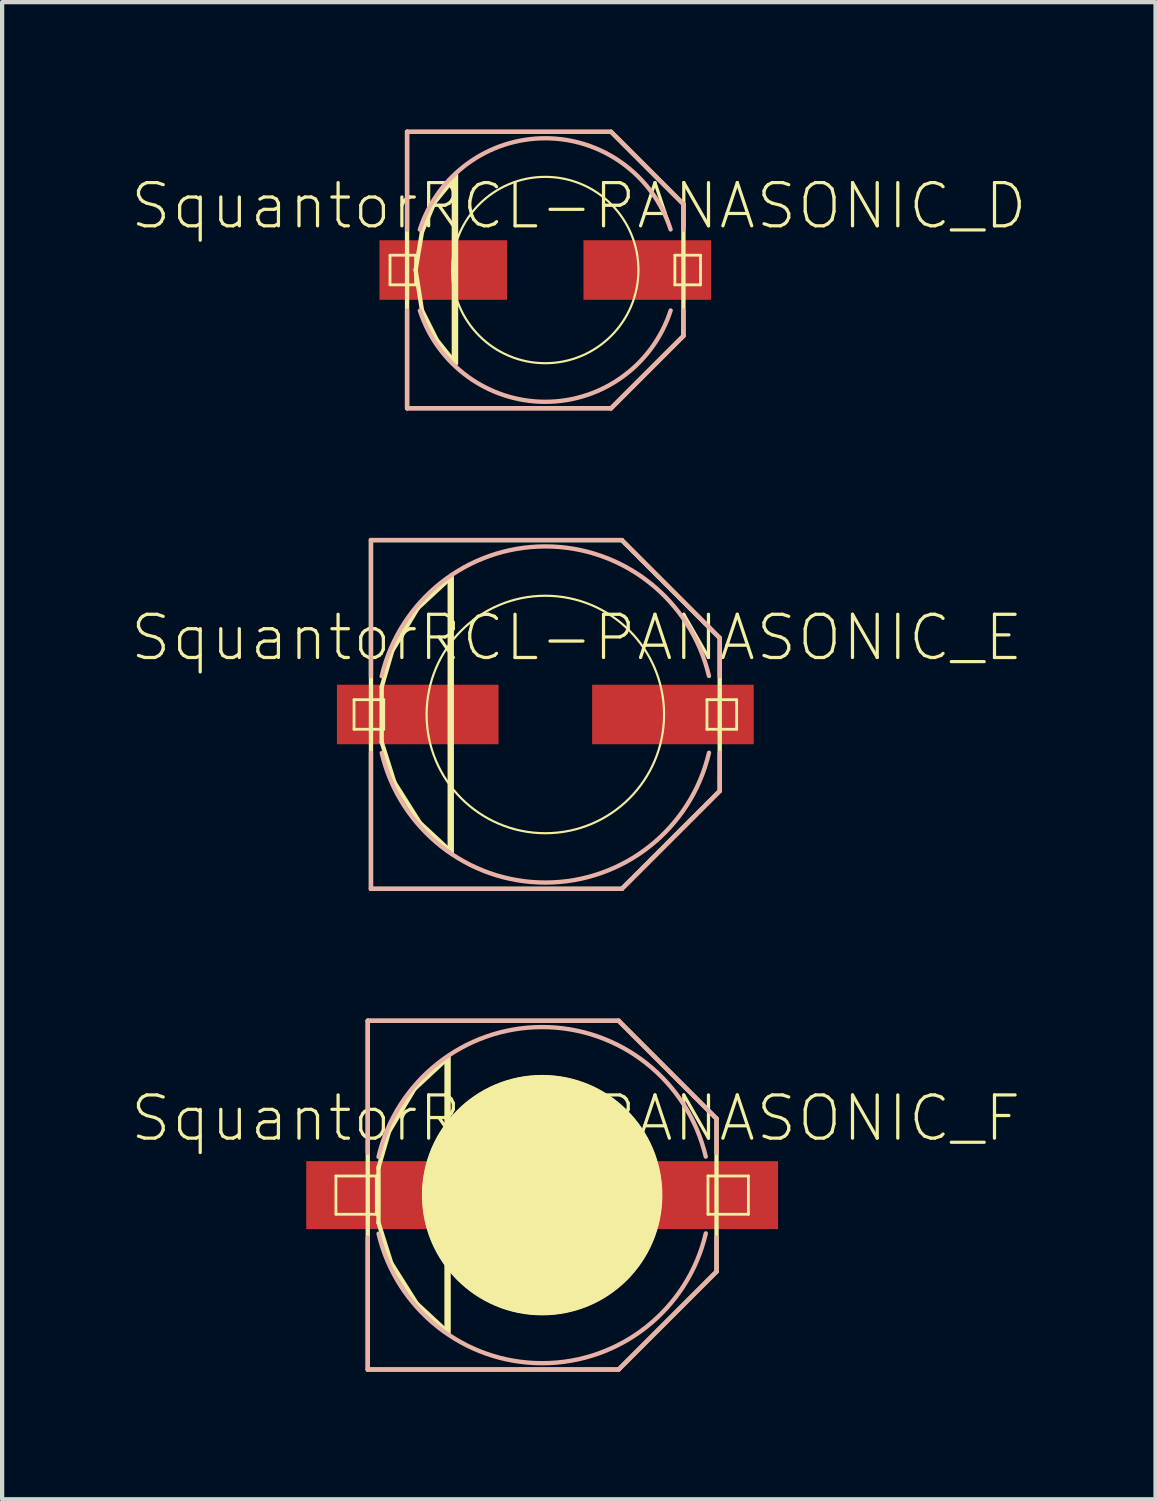
<source format=kicad_pcb>
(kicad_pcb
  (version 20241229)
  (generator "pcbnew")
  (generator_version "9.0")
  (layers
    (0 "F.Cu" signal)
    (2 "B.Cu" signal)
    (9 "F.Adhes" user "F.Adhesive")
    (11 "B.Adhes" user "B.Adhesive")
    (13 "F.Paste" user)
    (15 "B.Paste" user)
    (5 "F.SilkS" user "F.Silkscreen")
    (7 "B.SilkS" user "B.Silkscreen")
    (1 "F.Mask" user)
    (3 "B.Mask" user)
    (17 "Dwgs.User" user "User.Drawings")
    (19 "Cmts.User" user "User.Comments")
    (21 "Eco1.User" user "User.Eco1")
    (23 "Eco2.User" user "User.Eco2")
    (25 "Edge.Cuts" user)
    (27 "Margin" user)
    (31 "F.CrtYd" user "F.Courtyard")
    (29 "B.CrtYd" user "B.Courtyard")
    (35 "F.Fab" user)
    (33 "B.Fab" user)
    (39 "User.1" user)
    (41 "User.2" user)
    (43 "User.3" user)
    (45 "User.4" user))
  (footprint "SquantorRCL-PANASONIC_D"
    (layer "F.Cu")
    (at 9.77 3.299)
    (property "Reference" "SquantorRCL-PANASONIC_D" (at 0.79 -1.506 0) (layer "F.SilkS") (effects (font (size 1.016 1.016) (thickness 0.076))))
    (attr smd)
    (fp_line (start -3.65 -0.348) (end -3.048 -0.348) (stroke (width 0.066) (type solid)) (layer "F.SilkS"))
    (fp_line (start -3.65 0.348) (end -3.65 -0.348) (stroke (width 0.066) (type solid)) (layer "F.SilkS"))
    (fp_line (start -3.65 0.348) (end -3.048 0.348) (stroke (width 0.066) (type solid)) (layer "F.SilkS"))
    (fp_line (start -3.249 -3.249) (end 1.549 -3.249) (stroke (width 0.102) (type solid)) (layer "F.SilkS"))
    (fp_line (start -3.249 3.249) (end -3.249 -3.249) (stroke (width 0.102) (type solid)) (layer "F.SilkS"))
    (fp_line (start -3.048 0) (end -2.898 0.95) (stroke (width 0.102) (type solid)) (layer "F.SilkS"))
    (fp_line (start -3.048 0.348) (end -3.048 -0.348) (stroke (width 0.066) (type solid)) (layer "F.SilkS"))
    (fp_line (start -2.898 -0.899) (end -3.048 0) (stroke (width 0.102) (type solid)) (layer "F.SilkS"))
    (fp_line (start -2.898 0.95) (end -2.548 1.648) (stroke (width 0.102) (type solid)) (layer "F.SilkS"))
    (fp_line (start -2.598 -1.598) (end -2.898 -0.899) (stroke (width 0.102) (type solid)) (layer "F.SilkS"))
    (fp_line (start -2.548 1.648) (end -2.149 2.149) (stroke (width 0.102) (type solid)) (layer "F.SilkS"))
    (fp_line (start -2.149 -2.149) (end -2.598 -1.598) (stroke (width 0.102) (type solid)) (layer "F.SilkS"))
    (fp_line (start -2.149 -2.098) (end -2.149 -2.149) (stroke (width 0.102) (type solid)) (layer "F.SilkS"))
    (fp_line (start -2.149 2.149) (end -2.149 -2.098) (stroke (width 0.102) (type solid)) (layer "F.SilkS"))
    (fp_line (start -2.098 -2.248) (end -2.098 2.2) (stroke (width 0.102) (type solid)) (layer "F.SilkS"))
    (fp_line (start 1.549 -3.249) (end 3.249 -1.549) (stroke (width 0.102) (type solid)) (layer "F.SilkS"))
    (fp_line (start 1.549 3.249) (end -3.249 3.249) (stroke (width 0.102) (type solid)) (layer "F.SilkS"))
    (fp_line (start 3.048 -0.348) (end 3.65 -0.348) (stroke (width 0.066) (type solid)) (layer "F.SilkS"))
    (fp_line (start 3.048 0.348) (end 3.048 -0.348) (stroke (width 0.066) (type solid)) (layer "F.SilkS"))
    (fp_line (start 3.048 0.348) (end 3.65 0.348) (stroke (width 0.066) (type solid)) (layer "F.SilkS"))
    (fp_line (start 3.249 -1.549) (end 3.249 1.549) (stroke (width 0.102) (type solid)) (layer "F.SilkS"))
    (fp_line (start 3.249 1.549) (end 1.549 3.249) (stroke (width 0.102) (type solid)) (layer "F.SilkS"))
    (fp_line (start 3.65 0.348) (end 3.65 -0.348) (stroke (width 0.066) (type solid)) (layer "F.SilkS"))
    (fp_circle (center 0 0) (end -1.549 1.549) (stroke (width 0.051) (type solid)) (fill no) (layer "F.SilkS"))
    (fp_line (start -3.249 -3.249) (end 1.549 -3.249) (stroke (width 0.102) (type solid)) (layer "B.SilkS"))
    (fp_line (start -3.249 -0.95) (end -3.249 -3.249) (stroke (width 0.102) (type solid)) (layer "B.SilkS"))
    (fp_line (start -3.249 3.249) (end -3.249 0.95) (stroke (width 0.102) (type solid)) (layer "B.SilkS"))
    (fp_line (start 1.549 -3.249) (end 3.249 -1.549) (stroke (width 0.102) (type solid)) (layer "B.SilkS"))
    (fp_line (start 1.549 3.249) (end -3.249 3.249) (stroke (width 0.102) (type solid)) (layer "B.SilkS"))
    (fp_line (start 3.249 -1.549) (end 3.249 -0.95) (stroke (width 0.102) (type solid)) (layer "B.SilkS"))
    (fp_line (start 3.249 0.95) (end 3.249 1.549) (stroke (width 0.102) (type solid)) (layer "B.SilkS"))
    (fp_line (start 3.249 1.549) (end 1.549 3.249) (stroke (width 0.102) (type solid)) (layer "B.SilkS"))
    (fp_arc (start -2.94894 -0.94996) (mid -0.0024 -3.098171) (end 2.947465 -0.954527) (stroke (width 0.1016) (type solid)) (layer "B.SilkS"))
    (fp_arc (start 2.94894 0.94996) (mid 0.0024 3.098171) (end -2.947465 0.954527) (stroke (width 0.1016) (type solid)) (layer "B.SilkS"))
    (pad "+" smd rect (at 2.398 0) (size 3 1.4) (layers "F.Cu" "F.Mask" "F.Paste"))
    (pad "-" smd rect (at -2.398 0) (size 3 1.4) (layers "F.Cu" "F.Mask" "F.Paste")))
  (footprint "SquantorRCL-PANASONIC_E"
    (layer "F.Cu")
    (at 9.772 13.749)
    (property "Reference" "SquantorRCL-PANASONIC_E" (at 0.739 -1.806 0) (layer "F.SilkS") (effects (font (size 1.016 1.016) (thickness 0.076))))
    (attr smd)
    (fp_line (start -4.498 -0.348) (end -3.8 -0.348) (stroke (width 0.066) (type solid)) (layer "F.SilkS"))
    (fp_line (start -4.498 0.348) (end -4.498 -0.348) (stroke (width 0.066) (type solid)) (layer "F.SilkS"))
    (fp_line (start -4.498 0.348) (end -3.8 0.348) (stroke (width 0.066) (type solid)) (layer "F.SilkS"))
    (fp_line (start -4.1 -4.1) (end 1.798 -4.1) (stroke (width 0.102) (type solid)) (layer "F.SilkS"))
    (fp_line (start -4.1 4.1) (end -4.1 -4.1) (stroke (width 0.102) (type solid)) (layer "F.SilkS"))
    (fp_line (start -3.848 -0.648) (end -3.848 0.648) (stroke (width 0.102) (type solid)) (layer "F.SilkS"))
    (fp_line (start -3.848 0.648) (end -3.548 1.598) (stroke (width 0.102) (type solid)) (layer "F.SilkS"))
    (fp_line (start -3.8 0.348) (end -3.8 -0.348) (stroke (width 0.066) (type solid)) (layer "F.SilkS"))
    (fp_line (start -3.599 -1.499) (end -3.848 -0.648) (stroke (width 0.102) (type solid)) (layer "F.SilkS"))
    (fp_line (start -3.548 1.598) (end -2.949 2.548) (stroke (width 0.102) (type solid)) (layer "F.SilkS"))
    (fp_line (start -3 -2.499) (end -3.599 -1.499) (stroke (width 0.102) (type solid)) (layer "F.SilkS"))
    (fp_line (start -2.949 2.548) (end -2.248 3.198) (stroke (width 0.102) (type solid)) (layer "F.SilkS"))
    (fp_line (start -2.248 -3.198) (end -3 -2.499) (stroke (width 0.102) (type solid)) (layer "F.SilkS"))
    (fp_line (start -2.248 -3.15) (end -2.248 -3.198) (stroke (width 0.102) (type solid)) (layer "F.SilkS"))
    (fp_line (start -2.248 3.198) (end -2.248 -3.15) (stroke (width 0.102) (type solid)) (layer "F.SilkS"))
    (fp_line (start -2.2 -3.249) (end -2.2 3.249) (stroke (width 0.102) (type solid)) (layer "F.SilkS"))
    (fp_line (start 1.798 -4.1) (end 4.1 -1.798) (stroke (width 0.102) (type solid)) (layer "F.SilkS"))
    (fp_line (start 1.798 4.1) (end -4.1 4.1) (stroke (width 0.102) (type solid)) (layer "F.SilkS"))
    (fp_line (start 3.8 -0.348) (end 4.498 -0.348) (stroke (width 0.066) (type solid)) (layer "F.SilkS"))
    (fp_line (start 3.8 0.348) (end 3.8 -0.348) (stroke (width 0.066) (type solid)) (layer "F.SilkS"))
    (fp_line (start 3.8 0.348) (end 4.498 0.348) (stroke (width 0.066) (type solid)) (layer "F.SilkS"))
    (fp_line (start 4.1 -1.798) (end 4.1 1.798) (stroke (width 0.102) (type solid)) (layer "F.SilkS"))
    (fp_line (start 4.1 1.798) (end 1.798 4.1) (stroke (width 0.102) (type solid)) (layer "F.SilkS"))
    (fp_line (start 4.498 0.348) (end 4.498 -0.348) (stroke (width 0.066) (type solid)) (layer "F.SilkS"))
    (fp_circle (center 0 0) (end -1.974 1.974) (stroke (width 0.051) (type solid)) (fill no) (layer "F.SilkS"))
    (fp_line (start -4.1 -4.1) (end 1.798 -4.1) (stroke (width 0.102) (type solid)) (layer "B.SilkS"))
    (fp_line (start -4.1 -0.899) (end -4.1 -4.1) (stroke (width 0.102) (type solid)) (layer "B.SilkS"))
    (fp_line (start -4.1 4.1) (end -4.1 0.899) (stroke (width 0.102) (type solid)) (layer "B.SilkS"))
    (fp_line (start 1.798 -4.1) (end 4.1 -1.798) (stroke (width 0.102) (type solid)) (layer "B.SilkS"))
    (fp_line (start 1.798 4.1) (end -4.1 4.1) (stroke (width 0.102) (type solid)) (layer "B.SilkS"))
    (fp_line (start 4.1 -1.798) (end 4.1 -0.899) (stroke (width 0.102) (type solid)) (layer "B.SilkS"))
    (fp_line (start 4.1 0.899) (end 4.1 1.798) (stroke (width 0.102) (type solid)) (layer "B.SilkS"))
    (fp_line (start 4.1 1.798) (end 1.798 4.1) (stroke (width 0.102) (type solid)) (layer "B.SilkS"))
    (fp_arc (start -3.8481 -0.89916) (mid -0.003314 -3.951753) (end 3.846587 -0.905612) (stroke (width 0.1016) (type solid)) (layer "B.SilkS"))
    (fp_arc (start 3.8481 0.89916) (mid 0.003314 3.951753) (end -3.846587 0.905612) (stroke (width 0.1016) (type solid)) (layer "B.SilkS"))
    (pad "+" smd rect (at 3 0) (size 3.8 1.4) (layers "F.Cu" "F.Mask" "F.Paste"))
    (pad "-" smd rect (at -3 0) (size 3.8 1.4) (layers "F.Cu" "F.Mask" "F.Paste")))
  (footprint "SquantorRCL-PANASONIC_F"
    (layer "F.Cu")
    (at 9.697 25.05)
    (property "Reference" "SquantorRCL-PANASONIC_F" (at 0.79 -1.806 0) (layer "F.SilkS") (effects (font (size 1.016 1.016) (thickness 0.076))))
    (attr smd)
    (fp_line (start -4.849 -0.45) (end -3.899 -0.45) (stroke (width 0.066) (type solid)) (layer "F.SilkS"))
    (fp_line (start -4.849 0.45) (end -4.849 -0.45) (stroke (width 0.066) (type solid)) (layer "F.SilkS"))
    (fp_line (start -4.849 0.45) (end -3.899 0.45) (stroke (width 0.066) (type solid)) (layer "F.SilkS"))
    (fp_line (start -4.1 -4.1) (end 1.798 -4.1) (stroke (width 0.102) (type solid)) (layer "F.SilkS"))
    (fp_line (start -4.1 4.1) (end -4.1 -4.1) (stroke (width 0.102) (type solid)) (layer "F.SilkS"))
    (fp_line (start -3.899 0.45) (end -3.899 -0.45) (stroke (width 0.066) (type solid)) (layer "F.SilkS"))
    (fp_line (start -3.848 -0.648) (end -3.848 0.648) (stroke (width 0.102) (type solid)) (layer "F.SilkS"))
    (fp_line (start -3.848 0.648) (end -3.548 1.598) (stroke (width 0.102) (type solid)) (layer "F.SilkS"))
    (fp_line (start -3.599 -1.499) (end -3.848 -0.648) (stroke (width 0.102) (type solid)) (layer "F.SilkS"))
    (fp_line (start -3.548 1.598) (end -2.949 2.548) (stroke (width 0.102) (type solid)) (layer "F.SilkS"))
    (fp_line (start -3 -2.499) (end -3.599 -1.499) (stroke (width 0.102) (type solid)) (layer "F.SilkS"))
    (fp_line (start -2.949 2.548) (end -2.248 3.198) (stroke (width 0.102) (type solid)) (layer "F.SilkS"))
    (fp_line (start -2.248 -3.198) (end -3 -2.499) (stroke (width 0.102) (type solid)) (layer "F.SilkS"))
    (fp_line (start -2.248 -3.15) (end -2.248 -3.198) (stroke (width 0.102) (type solid)) (layer "F.SilkS"))
    (fp_line (start -2.248 3.198) (end -2.248 -3.15) (stroke (width 0.102) (type solid)) (layer "F.SilkS"))
    (fp_line (start -2.2 -3.249) (end -2.2 3.249) (stroke (width 0.102) (type solid)) (layer "F.SilkS"))
    (fp_line (start 1.798 -4.1) (end 4.1 -1.798) (stroke (width 0.102) (type solid)) (layer "F.SilkS"))
    (fp_line (start 1.798 4.1) (end -4.1 4.1) (stroke (width 0.102) (type solid)) (layer "F.SilkS"))
    (fp_line (start 3.899 -0.45) (end 4.849 -0.45) (stroke (width 0.066) (type solid)) (layer "F.SilkS"))
    (fp_line (start 3.899 0.45) (end 3.899 -0.45) (stroke (width 0.066) (type solid)) (layer "F.SilkS"))
    (fp_line (start 3.899 0.45) (end 4.849 0.45) (stroke (width 0.066) (type solid)) (layer "F.SilkS"))
    (fp_line (start 4.1 -1.798) (end 4.1 1.798) (stroke (width 0.102) (type solid)) (layer "F.SilkS"))
    (fp_line (start 4.1 1.798) (end 1.798 4.1) (stroke (width 0.102) (type solid)) (layer "F.SilkS"))
    (fp_line (start 4.849 0.45) (end 4.849 -0.45) (stroke (width 0.066) (type solid)) (layer "F.SilkS"))
    (fp_circle (center 0 0) (end -1.999 1.999) (stroke (width 0) (type solid)) (fill yes) (layer "F.SilkS"))
    (fp_circle (center 0 0) (end -1.974 1.974) (stroke (width 0.051) (type solid)) (fill no) (layer "F.SilkS"))
    (fp_line (start -4.1 -4.1) (end 1.798 -4.1) (stroke (width 0.102) (type solid)) (layer "B.SilkS"))
    (fp_line (start -4.1 -0.998) (end -4.1 -4.1) (stroke (width 0.102) (type solid)) (layer "B.SilkS"))
    (fp_line (start -4.1 4.1) (end -4.1 0.998) (stroke (width 0.102) (type solid)) (layer "B.SilkS"))
    (fp_line (start 1.798 -4.1) (end 4.1 -1.798) (stroke (width 0.102) (type solid)) (layer "B.SilkS"))
    (fp_line (start 1.798 4.1) (end -4.1 4.1) (stroke (width 0.102) (type solid)) (layer "B.SilkS"))
    (fp_line (start 4.1 -1.798) (end 4.1 -0.998) (stroke (width 0.102) (type solid)) (layer "B.SilkS"))
    (fp_line (start 4.1 0.998) (end 4.1 1.798) (stroke (width 0.102) (type solid)) (layer "B.SilkS"))
    (fp_line (start 4.1 1.798) (end 1.798 4.1) (stroke (width 0.102) (type solid)) (layer "B.SilkS"))
    (fp_arc (start -3.8481 -0.89916) (mid -0.003314 -3.951753) (end 3.846587 -0.905612) (stroke (width 0.1016) (type solid)) (layer "B.SilkS"))
    (fp_arc (start 3.8481 0.89916) (mid 0.003314 3.951753) (end -3.846587 0.905612) (stroke (width 0.1016) (type solid)) (layer "B.SilkS"))
    (pad "+" smd rect (at 3.548 0) (size 3.998 1.598) (layers "F.Cu" "F.Mask" "F.Paste"))
    (pad "-" smd rect (at -3.548 0) (size 3.998 1.598) (layers "F.Cu" "F.Mask" "F.Paste")))
  (gr_rect
    (start -3 -3)
    (end 24.119 32.2)
    (stroke (width 0.1) (type default))
    (fill no)
    (layer "Edge.Cuts")))
</source>
